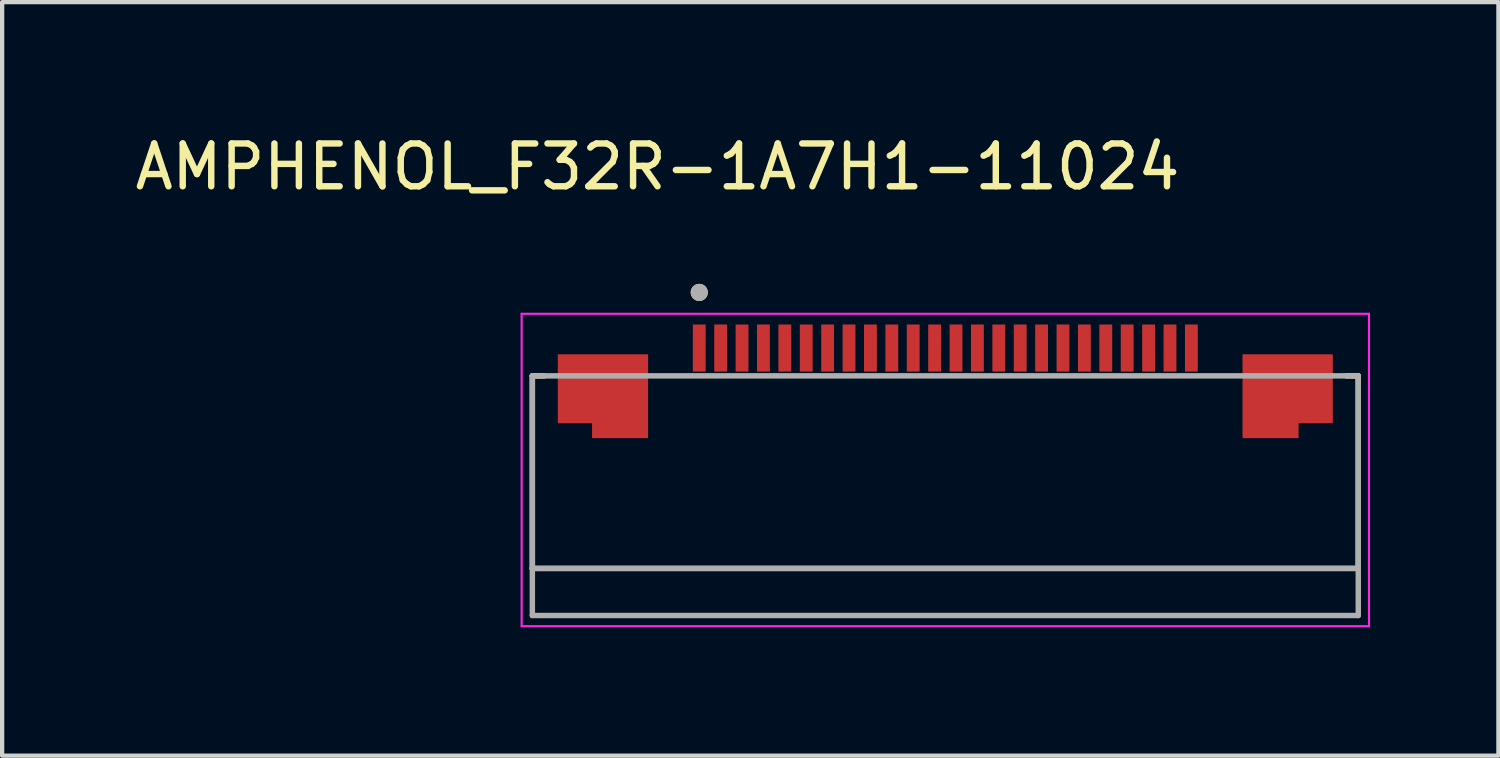
<source format=kicad_pcb>
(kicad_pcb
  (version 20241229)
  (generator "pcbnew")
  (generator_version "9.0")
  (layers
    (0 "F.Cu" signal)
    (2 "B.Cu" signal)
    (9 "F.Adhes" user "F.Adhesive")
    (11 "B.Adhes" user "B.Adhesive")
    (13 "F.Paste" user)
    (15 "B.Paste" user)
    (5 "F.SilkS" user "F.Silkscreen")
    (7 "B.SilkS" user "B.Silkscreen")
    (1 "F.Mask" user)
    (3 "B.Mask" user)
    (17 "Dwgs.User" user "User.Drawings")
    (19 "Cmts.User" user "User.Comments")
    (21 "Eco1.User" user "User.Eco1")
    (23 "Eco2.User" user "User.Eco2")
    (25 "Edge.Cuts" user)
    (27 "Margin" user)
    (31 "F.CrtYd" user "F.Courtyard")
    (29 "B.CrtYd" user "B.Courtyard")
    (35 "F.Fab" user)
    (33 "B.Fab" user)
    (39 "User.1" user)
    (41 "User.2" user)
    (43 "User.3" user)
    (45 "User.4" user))
  (footprint "AMPHENOL_F32R-1A7H1-11024"
    (layer "F.Cu")
    (at 19.04 7.983)
    (property "Reference" "AMPHENOL_F32R-1A7H1-11024" (at -6.725 -7.135 0) (layer "F.SilkS") (effects (font (size 1 1) (thickness 0.15))))
    (attr smd)
    (fp_poly (pts (xy -9.15 -1.05) (xy -8.35 -1.05) (xy -8.35 -0.7) (xy -6.85 -0.7) (xy -6.85 -2.85) (xy -9.15 -2.85)) (stroke (width 0.01) (type solid)) (fill yes) (layer "F.Mask"))
    (fp_poly (pts (xy 6.85 -0.7) (xy 8.35 -0.7) (xy 8.35 -1.05) (xy 9.15 -1.05) (xy 9.15 -2.85) (xy 6.85 -2.85)) (stroke (width 0.01) (type solid)) (fill yes) (layer "F.Mask"))
    (fp_line (start -9.65 -2.25) (end -9.65 2.25) (stroke (width 0.127) (type solid)) (layer "F.SilkS"))
    (fp_line (start -9.65 2.25) (end 9.65 2.25) (stroke (width 0.127) (type solid)) (layer "F.SilkS"))
    (fp_line (start -9.37 -2.25) (end -9.65 -2.25) (stroke (width 0.127) (type solid)) (layer "F.SilkS"))
    (fp_line (start 9.65 -2.25) (end 9.37 -2.25) (stroke (width 0.127) (type solid)) (layer "F.SilkS"))
    (fp_line (start 9.65 2.25) (end 9.65 -2.25) (stroke (width 0.127) (type solid)) (layer "F.SilkS"))
    (fp_circle (center -5.75 -4.2) (end -5.65 -4.2) (stroke (width 0.2) (type solid)) (fill no) (layer "F.SilkS"))
    (fp_poly (pts (xy -9.05 -1.15) (xy -8.25 -1.15) (xy -8.25 -0.8) (xy -6.95 -0.8) (xy -6.95 -2.75) (xy -9.05 -2.75)) (stroke (width 0.01) (type solid)) (fill yes) (layer "F.Paste"))
    (fp_poly (pts (xy 8.25 -0.8) (xy 6.95 -0.8) (xy 6.95 -2.75) (xy 9.05 -2.75) (xy 9.05 -1.15) (xy 8.25 -1.15)) (stroke (width 0.01) (type solid)) (fill yes) (layer "F.Paste"))
    (fp_line (start -9.9 -3.7) (end -9.9 3.6) (stroke (width 0.05) (type solid)) (layer "F.CrtYd"))
    (fp_line (start -9.9 3.6) (end 9.9 3.6) (stroke (width 0.05) (type solid)) (layer "F.CrtYd"))
    (fp_line (start 9.9 -3.7) (end -9.9 -3.7) (stroke (width 0.05) (type solid)) (layer "F.CrtYd"))
    (fp_line (start 9.9 3.6) (end 9.9 -3.7) (stroke (width 0.05) (type solid)) (layer "F.CrtYd"))
    (fp_line (start -9.65 -2.25) (end -9.65 2.25) (stroke (width 0.127) (type solid)) (layer "F.Fab"))
    (fp_line (start -9.65 2.25) (end -9.65 3.35) (stroke (width 0.127) (type solid)) (layer "F.Fab"))
    (fp_line (start -9.65 2.25) (end 9.65 2.25) (stroke (width 0.127) (type solid)) (layer "F.Fab"))
    (fp_line (start -9.65 3.35) (end 9.65 3.35) (stroke (width 0.127) (type solid)) (layer "F.Fab"))
    (fp_line (start 9.65 -2.25) (end -9.65 -2.25) (stroke (width 0.127) (type solid)) (layer "F.Fab"))
    (fp_line (start 9.65 2.25) (end 9.65 -2.25) (stroke (width 0.127) (type solid)) (layer "F.Fab"))
    (fp_line (start 9.65 3.35) (end 9.65 2.25) (stroke (width 0.127) (type solid)) (layer "F.Fab"))
    (fp_circle (center -5.75 -4.2) (end -5.65 -4.2) (stroke (width 0.2) (type solid)) (fill no) (layer "F.Fab"))
    (pad "1" smd rect (at -5.75 -2.9) (size 0.3 1.1) (layers "F.Cu" "F.Mask" "F.Paste"))
    (pad "2" smd rect (at -5.25 -2.9) (size 0.3 1.1) (layers "F.Cu" "F.Mask" "F.Paste"))
    (pad "3" smd rect (at -4.75 -2.9) (size 0.3 1.1) (layers "F.Cu" "F.Mask" "F.Paste"))
    (pad "4" smd rect (at -4.25 -2.9) (size 0.3 1.1) (layers "F.Cu" "F.Mask" "F.Paste"))
    (pad "5" smd rect (at -3.75 -2.9) (size 0.3 1.1) (layers "F.Cu" "F.Mask" "F.Paste"))
    (pad "6" smd rect (at -3.25 -2.9) (size 0.3 1.1) (layers "F.Cu" "F.Mask" "F.Paste"))
    (pad "7" smd rect (at -2.75 -2.9) (size 0.3 1.1) (layers "F.Cu" "F.Mask" "F.Paste"))
    (pad "8" smd rect (at -2.25 -2.9) (size 0.3 1.1) (layers "F.Cu" "F.Mask" "F.Paste"))
    (pad "9" smd rect (at -1.75 -2.9) (size 0.3 1.1) (layers "F.Cu" "F.Mask" "F.Paste"))
    (pad "10" smd rect (at -1.25 -2.9) (size 0.3 1.1) (layers "F.Cu" "F.Mask" "F.Paste"))
    (pad "11" smd rect (at -0.75 -2.9) (size 0.3 1.1) (layers "F.Cu" "F.Mask" "F.Paste"))
    (pad "12" smd rect (at -0.25 -2.9) (size 0.3 1.1) (layers "F.Cu" "F.Mask" "F.Paste"))
    (pad "13" smd rect (at 0.25 -2.9) (size 0.3 1.1) (layers "F.Cu" "F.Mask" "F.Paste"))
    (pad "14" smd rect (at 0.75 -2.9) (size 0.3 1.1) (layers "F.Cu" "F.Mask" "F.Paste"))
    (pad "15" smd rect (at 1.25 -2.9) (size 0.3 1.1) (layers "F.Cu" "F.Mask" "F.Paste"))
    (pad "16" smd rect (at 1.75 -2.9) (size 0.3 1.1) (layers "F.Cu" "F.Mask" "F.Paste"))
    (pad "17" smd rect (at 2.25 -2.9) (size 0.3 1.1) (layers "F.Cu" "F.Mask" "F.Paste"))
    (pad "18" smd rect (at 2.75 -2.9) (size 0.3 1.1) (layers "F.Cu" "F.Mask" "F.Paste"))
    (pad "19" smd rect (at 3.25 -2.9) (size 0.3 1.1) (layers "F.Cu" "F.Mask" "F.Paste"))
    (pad "20" smd rect (at 3.75 -2.9) (size 0.3 1.1) (layers "F.Cu" "F.Mask" "F.Paste"))
    (pad "21" smd rect (at 4.25 -2.9) (size 0.3 1.1) (layers "F.Cu" "F.Mask" "F.Paste"))
    (pad "22" smd rect (at 4.75 -2.9) (size 0.3 1.1) (layers "F.Cu" "F.Mask" "F.Paste"))
    (pad "23" smd rect (at 5.25 -2.9) (size 0.3 1.1) (layers "F.Cu" "F.Mask" "F.Paste"))
    (pad "24" smd rect (at 5.75 -2.9) (size 0.3 1.1) (layers "F.Cu" "F.Mask" "F.Paste"))
    (pad "S1" smd custom (at -8 -1.95) (size 0.5 0.5) (layers "F.Cu") (options (anchor rect)) (primitives (gr_poly (pts (xy -1.05 -0.8) (xy 1.05 -0.8) (xy 1.05 1.15) (xy -0.25 1.15) (xy -0.25 0.8) (xy -1.05 0.8)) (width 0.01) (fill yes))))
    (pad "S2" smd custom (at 8 -1.95) (size 0.5 0.5) (layers "F.Cu") (options (anchor rect)) (primitives (gr_poly (pts (xy -1.05 -0.8) (xy -1.05 1.15) (xy 0.25 1.15) (xy 0.25 0.8) (xy 1.05 0.8) (xy 1.05 -0.8)) (width 0.01) (fill yes)))))
  (gr_rect
    (start -3 -3)
    (end 31.965 14.608)
    (stroke (width 0.1) (type default))
    (fill no)
    (layer "Edge.Cuts")))
</source>
